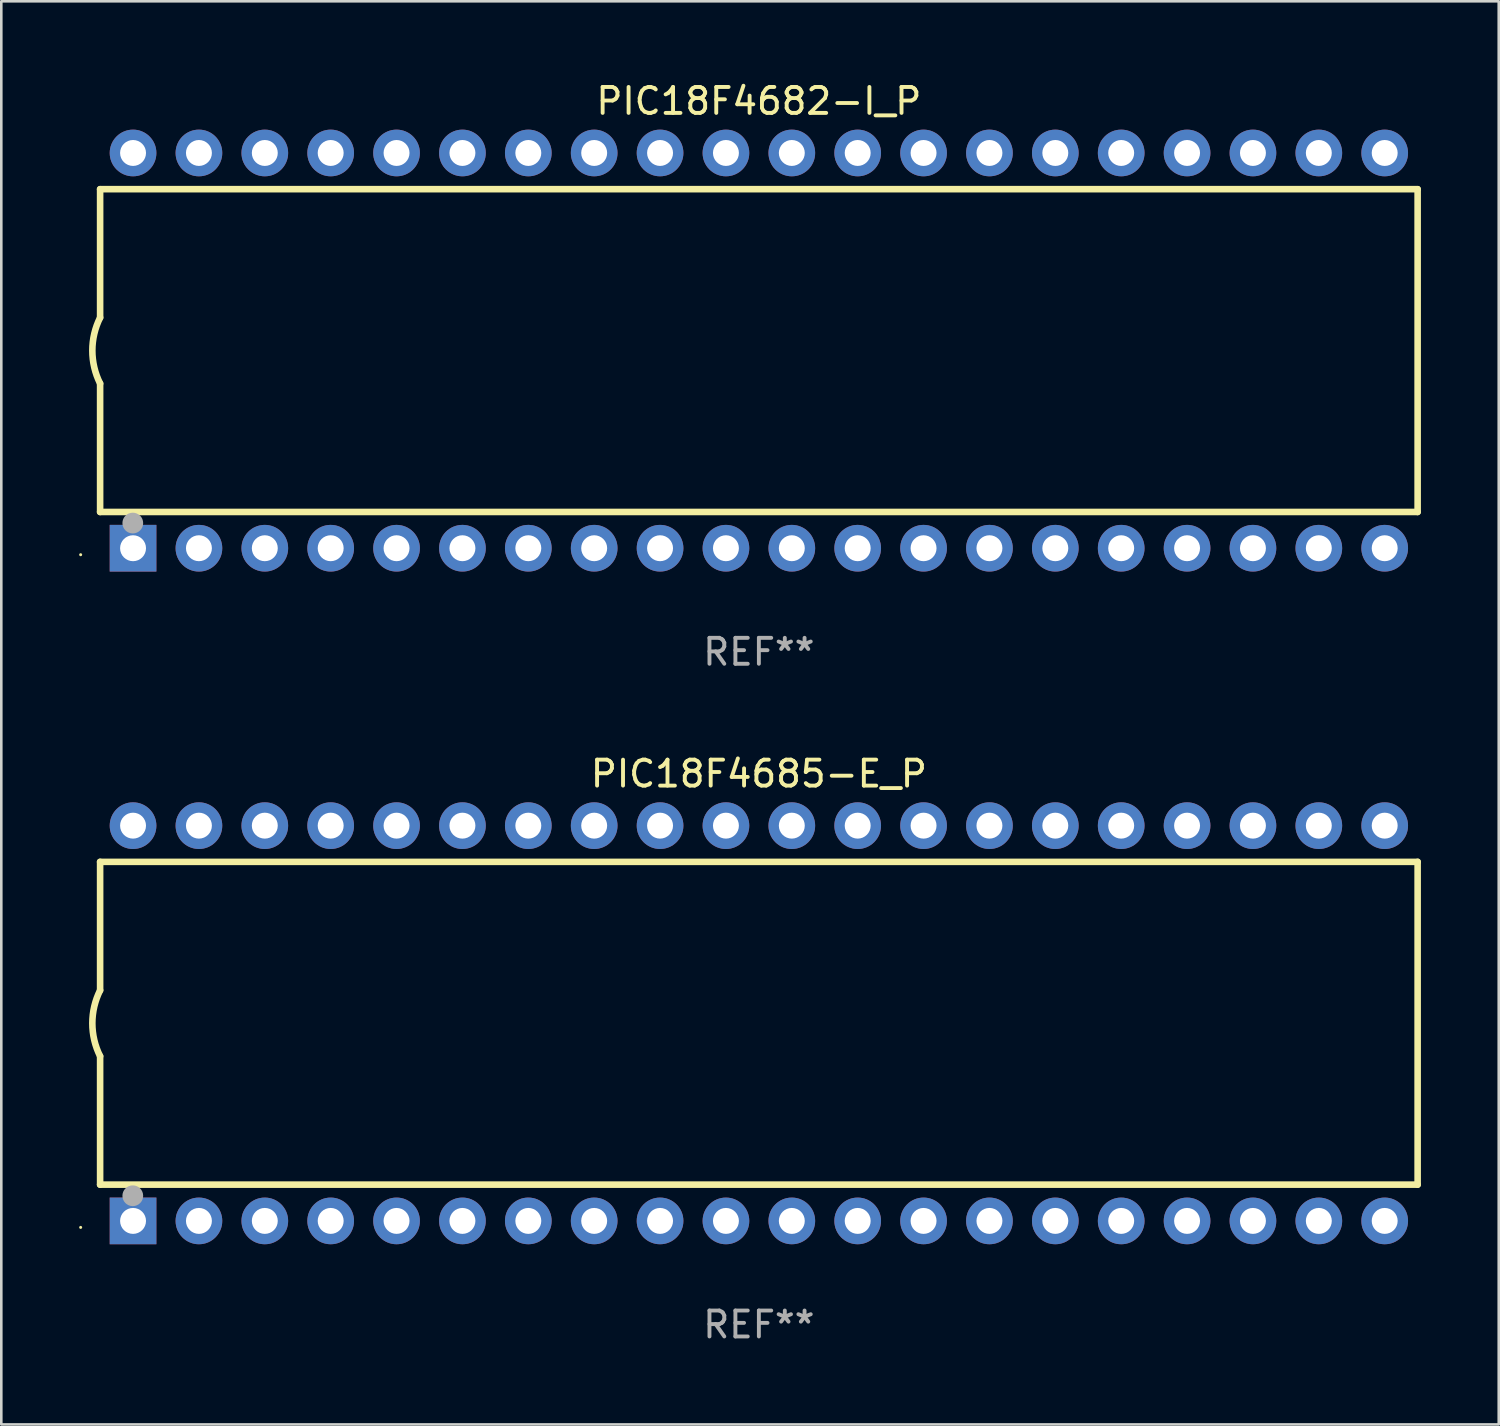
<source format=kicad_pcb>
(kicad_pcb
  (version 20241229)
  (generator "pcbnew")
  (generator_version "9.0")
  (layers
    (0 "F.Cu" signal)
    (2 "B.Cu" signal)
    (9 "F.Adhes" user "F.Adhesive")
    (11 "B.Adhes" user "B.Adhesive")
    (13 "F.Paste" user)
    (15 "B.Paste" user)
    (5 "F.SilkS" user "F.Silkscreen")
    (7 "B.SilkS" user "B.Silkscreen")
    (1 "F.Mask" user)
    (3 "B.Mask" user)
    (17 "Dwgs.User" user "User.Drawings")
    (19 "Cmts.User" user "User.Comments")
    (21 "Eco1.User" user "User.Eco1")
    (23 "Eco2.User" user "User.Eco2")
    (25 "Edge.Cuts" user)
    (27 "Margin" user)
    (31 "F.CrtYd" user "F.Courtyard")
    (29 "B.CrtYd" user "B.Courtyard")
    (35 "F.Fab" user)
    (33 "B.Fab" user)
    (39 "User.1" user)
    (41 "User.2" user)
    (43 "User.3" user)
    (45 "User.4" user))
  (footprint "PIC18F4682-I_P"
    (layer "F.Cu")
    (at 26.21 10.468)
    (property "Reference" "PIC18F4682-I_P" (at 0 -9.62 0) (layer "F.SilkS") (effects (font (size 1 1) (thickness 0.15))))
    (attr through_hole)
    (fp_line (start -25.4 -6.224) (end -25.4 -1.271) (stroke (width 0.254) (type solid)) (layer "F.SilkS"))
    (fp_line (start -25.4 -6.224) (end 25.4 -6.224) (stroke (width 0.254) (type solid)) (layer "F.SilkS"))
    (fp_line (start -25.4 1.269) (end -25.4 6.222) (stroke (width 0.254) (type solid)) (layer "F.SilkS"))
    (fp_line (start -25.4 6.222) (end 25.4 6.222) (stroke (width 0.254) (type solid)) (layer "F.SilkS"))
    (fp_line (start 25.4 6.222) (end 25.4 -6.224) (stroke (width 0.254) (type solid)) (layer "F.SilkS"))
    (fp_arc (start -25.4 1.269241) (mid -25.699807 -0.000762) (end -25.4 -1.270765) (stroke (width 0.254001) (type solid)) (layer "F.SilkS"))
    (fp_circle (center -26.15 7.87) (end -26.12 7.87) (stroke (width 0.06) (type solid)) (fill no) (layer "F.SilkS"))
    (fp_circle (center -24.14 6.65) (end -23.94 6.65) (stroke (width 0.4) (type solid)) (fill no) (layer "F.Fab"))
    (fp_text user "REF**" (at 0 11.62 0) (layer "F.Fab") (effects (font (size 1 1) (thickness 0.15))))
    (pad "1" thru_hole rect (at -24.13 7.62 90) (size 1.8 1.8) (drill 1) (layers "*.Cu" "*.Mask"))
    (pad "2" thru_hole circle (at -21.59 7.62) (size 1.8 1.8) (drill 1) (layers "*.Cu" "*.Mask"))
    (pad "3" thru_hole circle (at -19.05 7.62) (size 1.8 1.8) (drill 1) (layers "*.Cu" "*.Mask"))
    (pad "4" thru_hole circle (at -16.51 7.62) (size 1.8 1.8) (drill 1) (layers "*.Cu" "*.Mask"))
    (pad "5" thru_hole circle (at -13.97 7.62) (size 1.8 1.8) (drill 1) (layers "*.Cu" "*.Mask"))
    (pad "6" thru_hole circle (at -11.43 7.62) (size 1.8 1.8) (drill 1) (layers "*.Cu" "*.Mask"))
    (pad "7" thru_hole circle (at -8.89 7.62) (size 1.8 1.8) (drill 1) (layers "*.Cu" "*.Mask"))
    (pad "8" thru_hole circle (at -6.35 7.62) (size 1.8 1.8) (drill 1) (layers "*.Cu" "*.Mask"))
    (pad "9" thru_hole circle (at -3.81 7.62) (size 1.8 1.8) (drill 1) (layers "*.Cu" "*.Mask"))
    (pad "10" thru_hole circle (at -1.27 7.62) (size 1.8 1.8) (drill 1) (layers "*.Cu" "*.Mask"))
    (pad "11" thru_hole circle (at 1.27 7.62) (size 1.8 1.8) (drill 1) (layers "*.Cu" "*.Mask"))
    (pad "12" thru_hole circle (at 3.81 7.62) (size 1.8 1.8) (drill 1) (layers "*.Cu" "*.Mask"))
    (pad "13" thru_hole circle (at 6.35 7.62) (size 1.8 1.8) (drill 1) (layers "*.Cu" "*.Mask"))
    (pad "14" thru_hole circle (at 8.89 7.62) (size 1.8 1.8) (drill 1) (layers "*.Cu" "*.Mask"))
    (pad "15" thru_hole circle (at 11.43 7.62) (size 1.8 1.8) (drill 1) (layers "*.Cu" "*.Mask"))
    (pad "16" thru_hole circle (at 13.97 7.62) (size 1.8 1.8) (drill 1) (layers "*.Cu" "*.Mask"))
    (pad "17" thru_hole circle (at 16.51 7.62) (size 1.8 1.8) (drill 1) (layers "*.Cu" "*.Mask"))
    (pad "18" thru_hole circle (at 19.05 7.62) (size 1.8 1.8) (drill 1) (layers "*.Cu" "*.Mask"))
    (pad "19" thru_hole circle (at 21.59 7.62) (size 1.8 1.8) (drill 1) (layers "*.Cu" "*.Mask"))
    (pad "20" thru_hole circle (at 24.13 7.62) (size 1.8 1.8) (drill 1) (layers "*.Cu" "*.Mask"))
    (pad "21" thru_hole circle (at 24.13 -7.62) (size 1.8 1.8) (drill 1) (layers "*.Cu" "*.Mask"))
    (pad "22" thru_hole circle (at 21.59 -7.62) (size 1.8 1.8) (drill 1) (layers "*.Cu" "*.Mask"))
    (pad "23" thru_hole circle (at 19.05 -7.62) (size 1.8 1.8) (drill 1) (layers "*.Cu" "*.Mask"))
    (pad "24" thru_hole circle (at 16.51 -7.62) (size 1.8 1.8) (drill 1) (layers "*.Cu" "*.Mask"))
    (pad "25" thru_hole circle (at 13.97 -7.62) (size 1.8 1.8) (drill 1) (layers "*.Cu" "*.Mask"))
    (pad "26" thru_hole circle (at 11.43 -7.62) (size 1.8 1.8) (drill 1) (layers "*.Cu" "*.Mask"))
    (pad "27" thru_hole circle (at 8.89 -7.62) (size 1.8 1.8) (drill 1) (layers "*.Cu" "*.Mask"))
    (pad "28" thru_hole circle (at 6.35 -7.62) (size 1.8 1.8) (drill 1) (layers "*.Cu" "*.Mask"))
    (pad "29" thru_hole circle (at 3.81 -7.62) (size 1.8 1.8) (drill 1) (layers "*.Cu" "*.Mask"))
    (pad "30" thru_hole circle (at 1.27 -7.62) (size 1.8 1.8) (drill 1) (layers "*.Cu" "*.Mask"))
    (pad "31" thru_hole circle (at -1.27 -7.62) (size 1.8 1.8) (drill 1) (layers "*.Cu" "*.Mask"))
    (pad "32" thru_hole circle (at -3.81 -7.62) (size 1.8 1.8) (drill 1) (layers "*.Cu" "*.Mask"))
    (pad "33" thru_hole circle (at -6.35 -7.62) (size 1.8 1.8) (drill 1) (layers "*.Cu" "*.Mask"))
    (pad "34" thru_hole circle (at -8.89 -7.62) (size 1.8 1.8) (drill 1) (layers "*.Cu" "*.Mask"))
    (pad "35" thru_hole circle (at -11.43 -7.62) (size 1.8 1.8) (drill 1) (layers "*.Cu" "*.Mask"))
    (pad "36" thru_hole circle (at -13.97 -7.62) (size 1.8 1.8) (drill 1) (layers "*.Cu" "*.Mask"))
    (pad "37" thru_hole circle (at -16.51 -7.62) (size 1.8 1.8) (drill 1) (layers "*.Cu" "*.Mask"))
    (pad "38" thru_hole circle (at -19.05 -7.62) (size 1.8 1.8) (drill 1) (layers "*.Cu" "*.Mask"))
    (pad "39" thru_hole circle (at -21.59 -7.62) (size 1.8 1.8) (drill 1) (layers "*.Cu" "*.Mask"))
    (pad "40" thru_hole circle (at -24.13 -7.62) (size 1.8 1.8) (drill 1) (layers "*.Cu" "*.Mask")))
  (footprint "PIC18F4685-E_P"
    (layer "F.Cu")
    (at 26.21 36.405)
    (property "Reference" "PIC18F4685-E_P" (at 0 -9.62 0) (layer "F.SilkS") (effects (font (size 1 1) (thickness 0.15))))
    (attr through_hole)
    (fp_line (start -25.4 -6.224) (end -25.4 -1.271) (stroke (width 0.254) (type solid)) (layer "F.SilkS"))
    (fp_line (start -25.4 -6.224) (end 25.4 -6.224) (stroke (width 0.254) (type solid)) (layer "F.SilkS"))
    (fp_line (start -25.4 1.269) (end -25.4 6.222) (stroke (width 0.254) (type solid)) (layer "F.SilkS"))
    (fp_line (start -25.4 6.222) (end 25.4 6.222) (stroke (width 0.254) (type solid)) (layer "F.SilkS"))
    (fp_line (start 25.4 6.222) (end 25.4 -6.224) (stroke (width 0.254) (type solid)) (layer "F.SilkS"))
    (fp_arc (start -25.4 1.269241) (mid -25.699807 -0.000762) (end -25.4 -1.270765) (stroke (width 0.254001) (type solid)) (layer "F.SilkS"))
    (fp_circle (center -26.15 7.87) (end -26.12 7.87) (stroke (width 0.06) (type solid)) (fill no) (layer "F.SilkS"))
    (fp_circle (center -24.14 6.65) (end -23.94 6.65) (stroke (width 0.4) (type solid)) (fill no) (layer "F.Fab"))
    (fp_text user "REF**" (at 0 11.62 0) (layer "F.Fab") (effects (font (size 1 1) (thickness 0.15))))
    (pad "1" thru_hole rect (at -24.13 7.62 90) (size 1.8 1.8) (drill 1) (layers "*.Cu" "*.Mask"))
    (pad "2" thru_hole circle (at -21.59 7.62) (size 1.8 1.8) (drill 1) (layers "*.Cu" "*.Mask"))
    (pad "3" thru_hole circle (at -19.05 7.62) (size 1.8 1.8) (drill 1) (layers "*.Cu" "*.Mask"))
    (pad "4" thru_hole circle (at -16.51 7.62) (size 1.8 1.8) (drill 1) (layers "*.Cu" "*.Mask"))
    (pad "5" thru_hole circle (at -13.97 7.62) (size 1.8 1.8) (drill 1) (layers "*.Cu" "*.Mask"))
    (pad "6" thru_hole circle (at -11.43 7.62) (size 1.8 1.8) (drill 1) (layers "*.Cu" "*.Mask"))
    (pad "7" thru_hole circle (at -8.89 7.62) (size 1.8 1.8) (drill 1) (layers "*.Cu" "*.Mask"))
    (pad "8" thru_hole circle (at -6.35 7.62) (size 1.8 1.8) (drill 1) (layers "*.Cu" "*.Mask"))
    (pad "9" thru_hole circle (at -3.81 7.62) (size 1.8 1.8) (drill 1) (layers "*.Cu" "*.Mask"))
    (pad "10" thru_hole circle (at -1.27 7.62) (size 1.8 1.8) (drill 1) (layers "*.Cu" "*.Mask"))
    (pad "11" thru_hole circle (at 1.27 7.62) (size 1.8 1.8) (drill 1) (layers "*.Cu" "*.Mask"))
    (pad "12" thru_hole circle (at 3.81 7.62) (size 1.8 1.8) (drill 1) (layers "*.Cu" "*.Mask"))
    (pad "13" thru_hole circle (at 6.35 7.62) (size 1.8 1.8) (drill 1) (layers "*.Cu" "*.Mask"))
    (pad "14" thru_hole circle (at 8.89 7.62) (size 1.8 1.8) (drill 1) (layers "*.Cu" "*.Mask"))
    (pad "15" thru_hole circle (at 11.43 7.62) (size 1.8 1.8) (drill 1) (layers "*.Cu" "*.Mask"))
    (pad "16" thru_hole circle (at 13.97 7.62) (size 1.8 1.8) (drill 1) (layers "*.Cu" "*.Mask"))
    (pad "17" thru_hole circle (at 16.51 7.62) (size 1.8 1.8) (drill 1) (layers "*.Cu" "*.Mask"))
    (pad "18" thru_hole circle (at 19.05 7.62) (size 1.8 1.8) (drill 1) (layers "*.Cu" "*.Mask"))
    (pad "19" thru_hole circle (at 21.59 7.62) (size 1.8 1.8) (drill 1) (layers "*.Cu" "*.Mask"))
    (pad "20" thru_hole circle (at 24.13 7.62) (size 1.8 1.8) (drill 1) (layers "*.Cu" "*.Mask"))
    (pad "21" thru_hole circle (at 24.13 -7.62) (size 1.8 1.8) (drill 1) (layers "*.Cu" "*.Mask"))
    (pad "22" thru_hole circle (at 21.59 -7.62) (size 1.8 1.8) (drill 1) (layers "*.Cu" "*.Mask"))
    (pad "23" thru_hole circle (at 19.05 -7.62) (size 1.8 1.8) (drill 1) (layers "*.Cu" "*.Mask"))
    (pad "24" thru_hole circle (at 16.51 -7.62) (size 1.8 1.8) (drill 1) (layers "*.Cu" "*.Mask"))
    (pad "25" thru_hole circle (at 13.97 -7.62) (size 1.8 1.8) (drill 1) (layers "*.Cu" "*.Mask"))
    (pad "26" thru_hole circle (at 11.43 -7.62) (size 1.8 1.8) (drill 1) (layers "*.Cu" "*.Mask"))
    (pad "27" thru_hole circle (at 8.89 -7.62) (size 1.8 1.8) (drill 1) (layers "*.Cu" "*.Mask"))
    (pad "28" thru_hole circle (at 6.35 -7.62) (size 1.8 1.8) (drill 1) (layers "*.Cu" "*.Mask"))
    (pad "29" thru_hole circle (at 3.81 -7.62) (size 1.8 1.8) (drill 1) (layers "*.Cu" "*.Mask"))
    (pad "30" thru_hole circle (at 1.27 -7.62) (size 1.8 1.8) (drill 1) (layers "*.Cu" "*.Mask"))
    (pad "31" thru_hole circle (at -1.27 -7.62) (size 1.8 1.8) (drill 1) (layers "*.Cu" "*.Mask"))
    (pad "32" thru_hole circle (at -3.81 -7.62) (size 1.8 1.8) (drill 1) (layers "*.Cu" "*.Mask"))
    (pad "33" thru_hole circle (at -6.35 -7.62) (size 1.8 1.8) (drill 1) (layers "*.Cu" "*.Mask"))
    (pad "34" thru_hole circle (at -8.89 -7.62) (size 1.8 1.8) (drill 1) (layers "*.Cu" "*.Mask"))
    (pad "35" thru_hole circle (at -11.43 -7.62) (size 1.8 1.8) (drill 1) (layers "*.Cu" "*.Mask"))
    (pad "36" thru_hole circle (at -13.97 -7.62) (size 1.8 1.8) (drill 1) (layers "*.Cu" "*.Mask"))
    (pad "37" thru_hole circle (at -16.51 -7.62) (size 1.8 1.8) (drill 1) (layers "*.Cu" "*.Mask"))
    (pad "38" thru_hole circle (at -19.05 -7.62) (size 1.8 1.8) (drill 1) (layers "*.Cu" "*.Mask"))
    (pad "39" thru_hole circle (at -21.59 -7.62) (size 1.8 1.8) (drill 1) (layers "*.Cu" "*.Mask"))
    (pad "40" thru_hole circle (at -24.13 -7.62) (size 1.8 1.8) (drill 1) (layers "*.Cu" "*.Mask")))
  (gr_rect
    (start -3 -3)
    (end 54.737 51.873)
    (stroke (width 0.1) (type default))
    (fill no)
    (layer "Edge.Cuts")))
</source>
